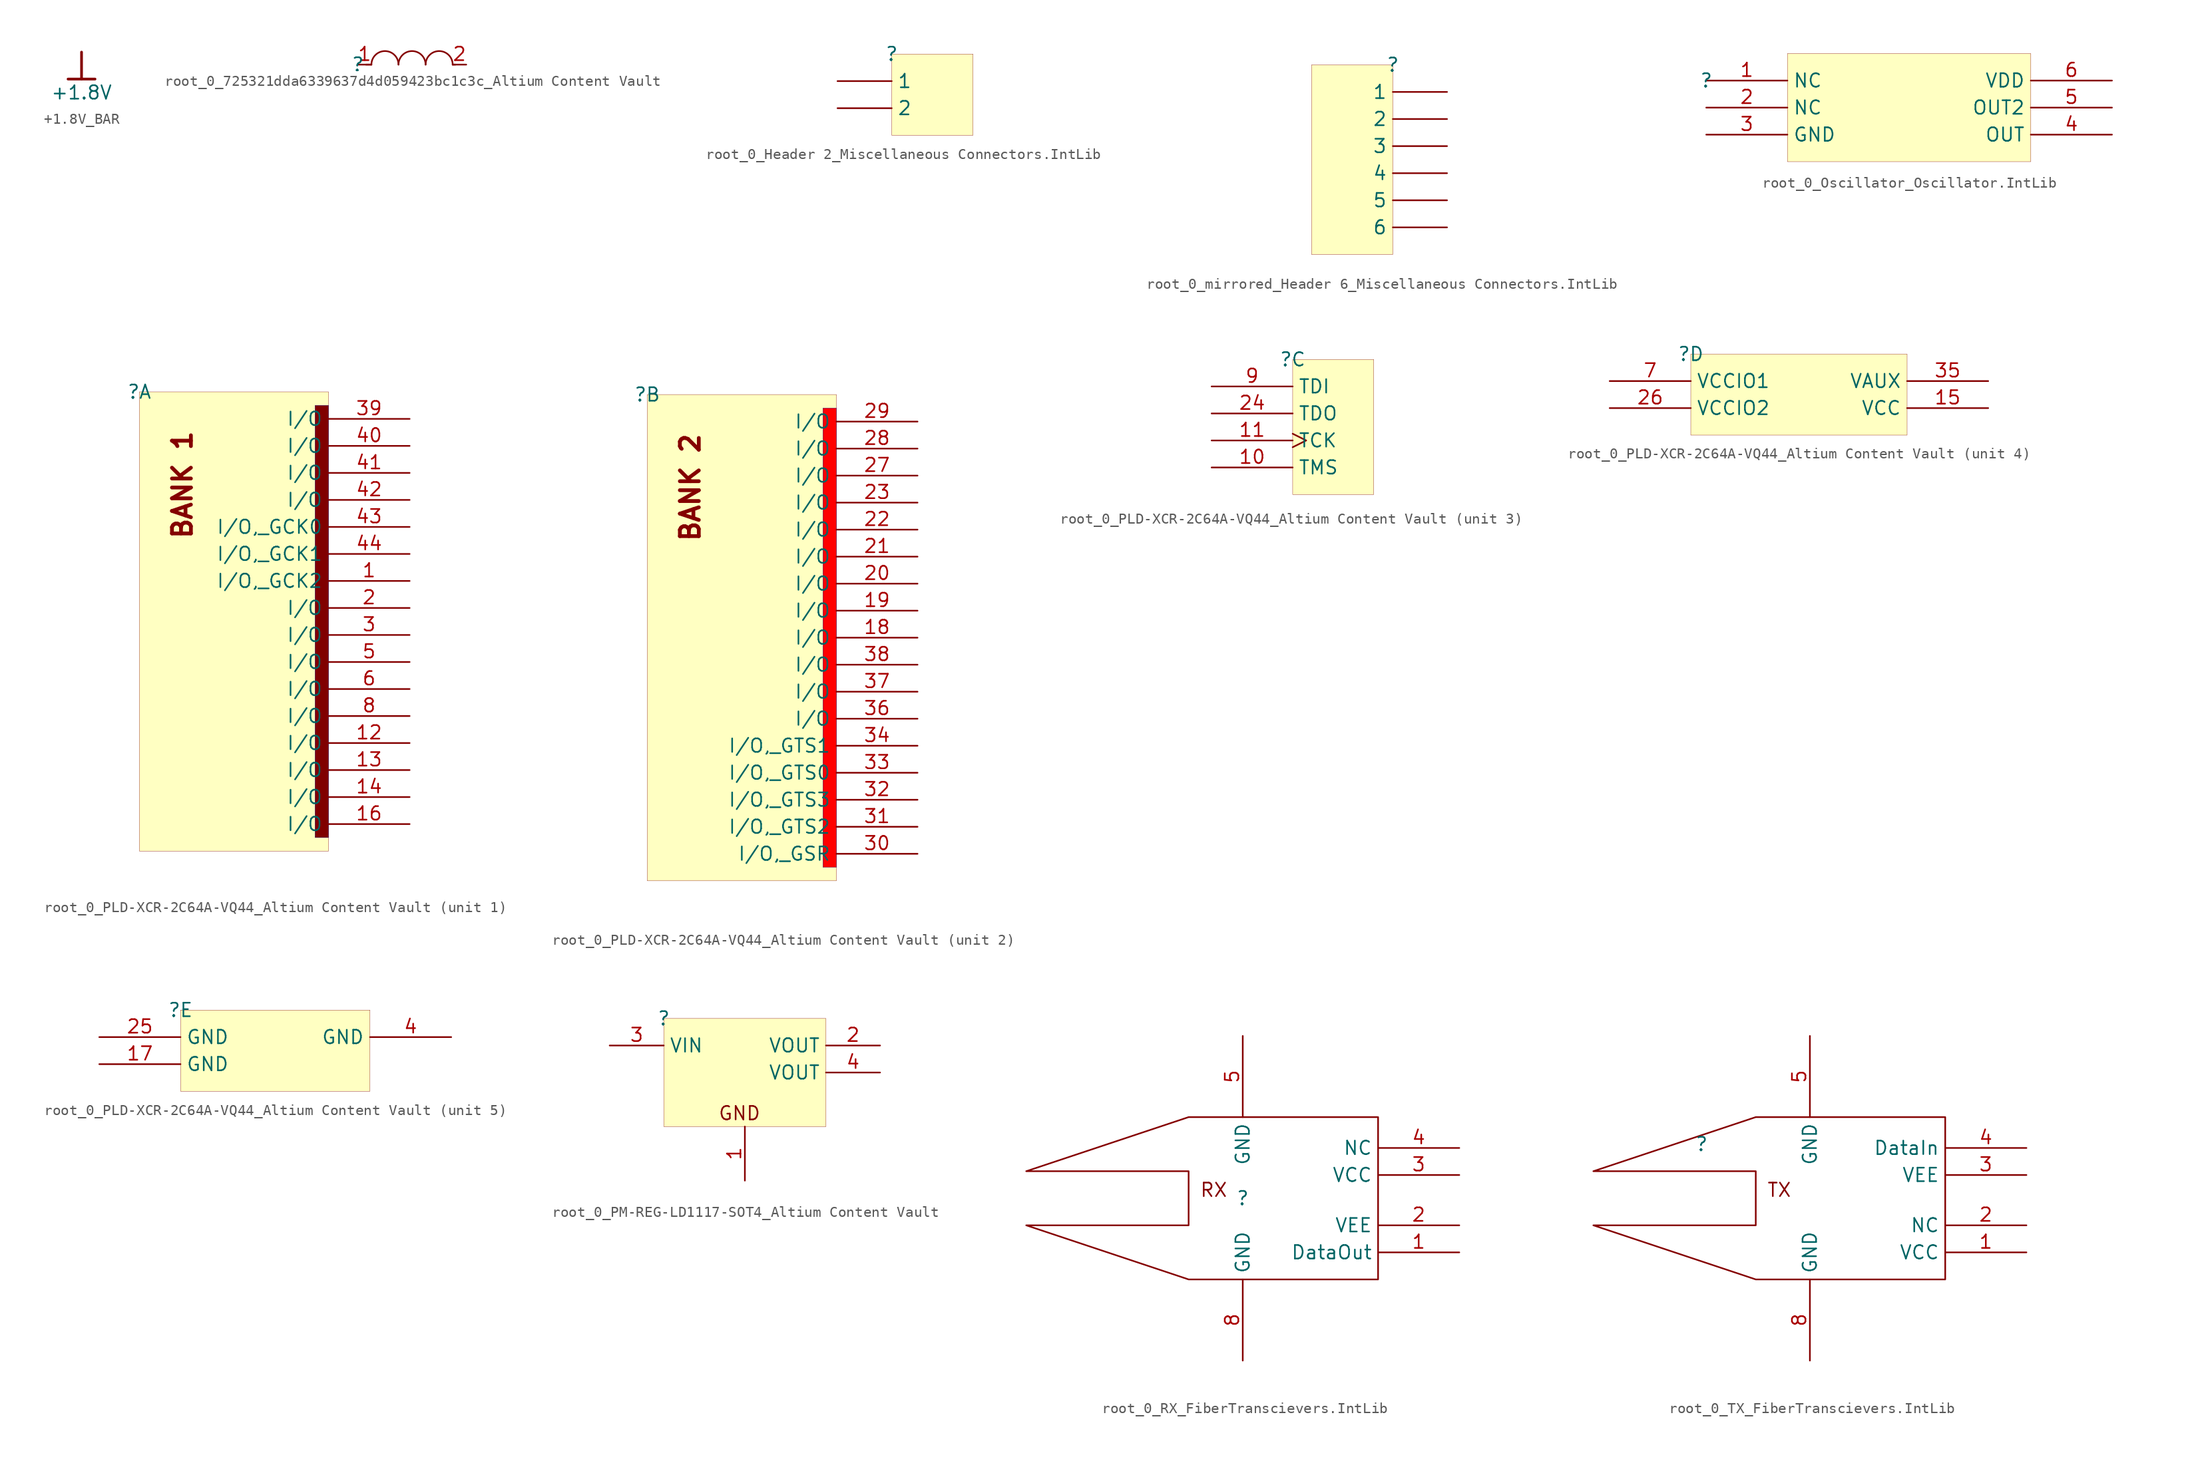
<source format=kicad_sym>
(kicad_symbol_lib
  (version 20241209)
  (generator "kicad_symbol_editor")
  (generator_version "9.0")
  (symbol "+1.8V_BAR"
    (power)
    (property "Reference" "#PWR"
      (at 0 0 0)
      (effects (font (size 1.27 1.27)) (hide yes)))
    (property "Value" "+1.8V"
      (at 0 -3.81 0)
      (effects (font (size 1.27 1.27))))
    (symbol "+1.8V_BAR_0_0"
      (polyline (pts (xy -1.27 -2.54) (xy 1.27 -2.54)) (stroke (width 0.254) (type solid)) (fill (type none)))
      (polyline (pts (xy 0 0) (xy 0 -2.54)) (stroke (width 0.254) (type solid)) (fill (type none)))
      (pin power_in line (at 0 0 0) (length 0) (hide yes) (name "+1.8V" (effects (font (size 1.27 1.27)))) (number "" (effects (font (size 1.27 1.27)))))))
  (symbol "root_0_725321dda6339637d4d059423bc1c3c_Altium Content Vault"
    (pin_names
      (hide yes))
    (property "Reference" ""
      (at 0 0 0)
      (effects (font (size 1.27 1.27))))
    (property "Value" ""
      (at 0 0 0)
      (effects (font (size 1.27 1.27))))
    (symbol "root_0_725321dda6339637d4d059423bc1c3c_Altium Content Vault_1_0"
      (polyline (pts (xy 1.27 0) (xy 0.762 0)) (stroke (width 0) (type solid)) (fill (type none)))
      (arc (start 1.27 0) (mid 2.54 1.27) (end 3.81 0) (stroke (width 0) (type solid)) (fill (type none)))
      (arc (start 3.81 0) (mid 5.08 1.27) (end 6.35 0) (stroke (width 0) (type solid)) (fill (type none)))
      (arc (start 6.35 0) (mid 7.62 1.27) (end 8.89 0) (stroke (width 0) (type solid)) (fill (type none)))
      (polyline (pts (xy 8.89 0) (xy 9.144 0)) (stroke (width 0) (type solid)) (fill (type none)))
      (pin passive line (at 0 0 0) (length 1.27) (name "1" (effects (font (size 1.27 1.27)))) (number "1" (effects (font (size 1.27 1.27)))))
      (pin passive line (at 10.16 0 180) (length 1.27) (name "2" (effects (font (size 1.27 1.27)))) (number "2" (effects (font (size 1.27 1.27)))))))
  (symbol "root_0_Header 2_Miscellaneous Connectors.IntLib"
    (pin_numbers
      (hide yes))
    (property "Reference" ""
      (at 0 0 0)
      (effects (font (size 1.27 1.27))))
    (property "Value" ""
      (at 0 0 0)
      (effects (font (size 1.27 1.27))))
    (symbol "root_0_Header 2_Miscellaneous Connectors.IntLib_1_0"
      (rectangle (start 7.62 0) (end 0 -7.62) (stroke (width 0.025) (type solid) (color 128 0 0 1)) (fill (type background)))
      (pin passive line (at -5.08 -2.54 0) (length 5.08) (name "1" (effects (font (size 1.27 1.27)))) (number "1" (effects (font (size 1.27 1.27)))))
      (pin passive line (at -5.08 -5.08 0) (length 5.08) (name "2" (effects (font (size 1.27 1.27)))) (number "2" (effects (font (size 1.27 1.27)))))))
  (symbol "root_0_mirrored_Header 6_Miscellaneous Connectors.IntLib"
    (pin_numbers
      (hide yes))
    (property "Reference" ""
      (at 0 0 0)
      (effects (font (size 1.27 1.27))))
    (property "Value" ""
      (at 0 0 0)
      (effects (font (size 1.27 1.27))))
    (symbol "root_0_mirrored_Header 6_Miscellaneous Connectors.IntLib_1_0"
      (rectangle (start 0 0) (end -7.62 -17.78) (stroke (width 0.025) (type solid) (color 128 0 0 1)) (fill (type background)))
      (pin passive line (at 5.08 -2.54 180) (length 5.08) (name "1" (effects (font (size 1.27 1.27)))) (number "1" (effects (font (size 1.27 1.27)))))
      (pin passive line (at 5.08 -5.08 180) (length 5.08) (name "2" (effects (font (size 1.27 1.27)))) (number "2" (effects (font (size 1.27 1.27)))))
      (pin passive line (at 5.08 -7.62 180) (length 5.08) (name "3" (effects (font (size 1.27 1.27)))) (number "3" (effects (font (size 1.27 1.27)))))
      (pin passive line (at 5.08 -10.16 180) (length 5.08) (name "4" (effects (font (size 1.27 1.27)))) (number "4" (effects (font (size 1.27 1.27)))))
      (pin passive line (at 5.08 -12.7 180) (length 5.08) (name "5" (effects (font (size 1.27 1.27)))) (number "5" (effects (font (size 1.27 1.27)))))
      (pin passive line (at 5.08 -15.24 180) (length 5.08) (name "6" (effects (font (size 1.27 1.27)))) (number "6" (effects (font (size 1.27 1.27)))))))
  (symbol "root_0_Oscillator_Oscillator.IntLib"
    (property "Reference" ""
      (at 0 0 0)
      (effects (font (size 1.27 1.27))))
    (property "Value" ""
      (at 0 0 0)
      (effects (font (size 1.27 1.27))))
    (symbol "root_0_Oscillator_Oscillator.IntLib_1_0"
      (rectangle (start 30.48 2.54) (end 7.62 -7.62) (stroke (width 0.025) (type solid) (color 128 0 0 1)) (fill (type background)))
      (pin passive line (at 0 0 0) (length 7.62) (name "NC" (effects (font (size 1.27 1.27)))) (number "1" (effects (font (size 1.27 1.27)))))
      (pin passive line (at 0 -2.54 0) (length 7.62) (name "NC" (effects (font (size 1.27 1.27)))) (number "2" (effects (font (size 1.27 1.27)))))
      (pin input line (at 0 -5.08 0) (length 7.62) (name "GND" (effects (font (size 1.27 1.27)))) (number "3" (effects (font (size 1.27 1.27)))))
      (pin input line (at 38.1 0 180) (length 7.62) (name "VDD" (effects (font (size 1.27 1.27)))) (number "6" (effects (font (size 1.27 1.27)))))
      (pin output line (at 38.1 -2.54 180) (length 7.62) (name "OUT2" (effects (font (size 1.27 1.27)))) (number "5" (effects (font (size 1.27 1.27)))))
      (pin output line (at 38.1 -5.08 180) (length 7.62) (name "OUT" (effects (font (size 1.27 1.27)))) (number "4" (effects (font (size 1.27 1.27)))))))
  (symbol "root_0_PLD-XCR-2C64A-VQ44_Altium Content Vault"
    (property "Reference" ""
      (at 0 0 0)
      (effects (font (size 1.27 1.27))))
    (property "Value" ""
      (at 0 0 0)
      (effects (font (size 1.27 1.27))))
    (symbol "root_0_PLD-XCR-2C64A-VQ44_Altium Content Vault_1_0"
      (rectangle (start 17.78 0) (end 0 -43.18) (stroke (width 0.025) (type solid) (color 128 0 0 1)) (fill (type background)))
      (rectangle (start 17.78 -1.27) (end 16.51 -41.91) (stroke (width 0.025) (type solid) (color 0 0 128 1)) (fill (type color) (color 128 0 0 1)))
      (text "BANK 1" (at 5.08 -13.97 900) (effects (font (size 1.778 1.778) (thickness 0.356) (bold yes)) (justify left bottom)))
      (pin bidirectional line (at 25.4 -2.54 180) (length 7.62) (name "I/O" (effects (font (size 1.27 1.27)))) (number "39" (effects (font (size 1.27 1.27)))))
      (pin bidirectional line (at 25.4 -5.08 180) (length 7.62) (name "I/O" (effects (font (size 1.27 1.27)))) (number "40" (effects (font (size 1.27 1.27)))))
      (pin bidirectional line (at 25.4 -7.62 180) (length 7.62) (name "I/O" (effects (font (size 1.27 1.27)))) (number "41" (effects (font (size 1.27 1.27)))))
      (pin bidirectional line (at 25.4 -10.16 180) (length 7.62) (name "I/O" (effects (font (size 1.27 1.27)))) (number "42" (effects (font (size 1.27 1.27)))))
      (pin bidirectional line (at 25.4 -12.7 180) (length 7.62) (name "I/O,_GCK0" (effects (font (size 1.27 1.27)))) (number "43" (effects (font (size 1.27 1.27)))))
      (pin bidirectional line (at 25.4 -15.24 180) (length 7.62) (name "I/O,_GCK1" (effects (font (size 1.27 1.27)))) (number "44" (effects (font (size 1.27 1.27)))))
      (pin bidirectional line (at 25.4 -17.78 180) (length 7.62) (name "I/O,_GCK2" (effects (font (size 1.27 1.27)))) (number "1" (effects (font (size 1.27 1.27)))))
      (pin bidirectional line (at 25.4 -20.32 180) (length 7.62) (name "I/O" (effects (font (size 1.27 1.27)))) (number "2" (effects (font (size 1.27 1.27)))))
      (pin bidirectional line (at 25.4 -22.86 180) (length 7.62) (name "I/O" (effects (font (size 1.27 1.27)))) (number "3" (effects (font (size 1.27 1.27)))))
      (pin bidirectional line (at 25.4 -25.4 180) (length 7.62) (name "I/O" (effects (font (size 1.27 1.27)))) (number "5" (effects (font (size 1.27 1.27)))))
      (pin bidirectional line (at 25.4 -27.94 180) (length 7.62) (name "I/O" (effects (font (size 1.27 1.27)))) (number "6" (effects (font (size 1.27 1.27)))))
      (pin bidirectional line (at 25.4 -30.48 180) (length 7.62) (name "I/O" (effects (font (size 1.27 1.27)))) (number "8" (effects (font (size 1.27 1.27)))))
      (pin bidirectional line (at 25.4 -33.02 180) (length 7.62) (name "I/O" (effects (font (size 1.27 1.27)))) (number "12" (effects (font (size 1.27 1.27)))))
      (pin bidirectional line (at 25.4 -35.56 180) (length 7.62) (name "I/O" (effects (font (size 1.27 1.27)))) (number "13" (effects (font (size 1.27 1.27)))))
      (pin bidirectional line (at 25.4 -38.1 180) (length 7.62) (name "I/O" (effects (font (size 1.27 1.27)))) (number "14" (effects (font (size 1.27 1.27)))))
      (pin bidirectional line (at 25.4 -40.64 180) (length 7.62) (name "I/O" (effects (font (size 1.27 1.27)))) (number "16" (effects (font (size 1.27 1.27))))))
    (symbol "root_0_PLD-XCR-2C64A-VQ44_Altium Content Vault_2_0"
      (rectangle (start 17.78 0) (end 0 -45.72) (stroke (width 0.025) (type solid) (color 128 0 0 1)) (fill (type background)))
      (rectangle (start 17.78 -1.27) (end 16.51 -44.45) (stroke (width 0.025) (type solid) (color 0 0 128 1)) (fill (type color) (color 255 0 0 1)))
      (text "BANK 2" (at 5.08 -13.97 900) (effects (font (size 1.778 1.778) (thickness 0.356) (bold yes)) (justify left bottom)))
      (pin bidirectional line (at 25.4 -2.54 180) (length 7.62) (name "I/O" (effects (font (size 1.27 1.27)))) (number "29" (effects (font (size 1.27 1.27)))))
      (pin bidirectional line (at 25.4 -5.08 180) (length 7.62) (name "I/O" (effects (font (size 1.27 1.27)))) (number "28" (effects (font (size 1.27 1.27)))))
      (pin bidirectional line (at 25.4 -7.62 180) (length 7.62) (name "I/O" (effects (font (size 1.27 1.27)))) (number "27" (effects (font (size 1.27 1.27)))))
      (pin bidirectional line (at 25.4 -10.16 180) (length 7.62) (name "I/O" (effects (font (size 1.27 1.27)))) (number "23" (effects (font (size 1.27 1.27)))))
      (pin bidirectional line (at 25.4 -12.7 180) (length 7.62) (name "I/O" (effects (font (size 1.27 1.27)))) (number "22" (effects (font (size 1.27 1.27)))))
      (pin bidirectional line (at 25.4 -15.24 180) (length 7.62) (name "I/O" (effects (font (size 1.27 1.27)))) (number "21" (effects (font (size 1.27 1.27)))))
      (pin bidirectional line (at 25.4 -17.78 180) (length 7.62) (name "I/O" (effects (font (size 1.27 1.27)))) (number "20" (effects (font (size 1.27 1.27)))))
      (pin bidirectional line (at 25.4 -20.32 180) (length 7.62) (name "I/O" (effects (font (size 1.27 1.27)))) (number "19" (effects (font (size 1.27 1.27)))))
      (pin bidirectional line (at 25.4 -22.86 180) (length 7.62) (name "I/O" (effects (font (size 1.27 1.27)))) (number "18" (effects (font (size 1.27 1.27)))))
      (pin bidirectional line (at 25.4 -25.4 180) (length 7.62) (name "I/O" (effects (font (size 1.27 1.27)))) (number "38" (effects (font (size 1.27 1.27)))))
      (pin bidirectional line (at 25.4 -27.94 180) (length 7.62) (name "I/O" (effects (font (size 1.27 1.27)))) (number "37" (effects (font (size 1.27 1.27)))))
      (pin bidirectional line (at 25.4 -30.48 180) (length 7.62) (name "I/O" (effects (font (size 1.27 1.27)))) (number "36" (effects (font (size 1.27 1.27)))))
      (pin bidirectional line (at 25.4 -33.02 180) (length 7.62) (name "I/O,_GTS1" (effects (font (size 1.27 1.27)))) (number "34" (effects (font (size 1.27 1.27)))))
      (pin bidirectional line (at 25.4 -35.56 180) (length 7.62) (name "I/O,_GTS0" (effects (font (size 1.27 1.27)))) (number "33" (effects (font (size 1.27 1.27)))))
      (pin bidirectional line (at 25.4 -38.1 180) (length 7.62) (name "I/O,_GTS3" (effects (font (size 1.27 1.27)))) (number "32" (effects (font (size 1.27 1.27)))))
      (pin bidirectional line (at 25.4 -40.64 180) (length 7.62) (name "I/O,_GTS2" (effects (font (size 1.27 1.27)))) (number "31" (effects (font (size 1.27 1.27)))))
      (pin bidirectional line (at 25.4 -43.18 180) (length 7.62) (name "I/O,_GSR" (effects (font (size 1.27 1.27)))) (number "30" (effects (font (size 1.27 1.27))))))
    (symbol "root_0_PLD-XCR-2C64A-VQ44_Altium Content Vault_3_0"
      (rectangle (start 7.62 0) (end 0 -12.7) (stroke (width 0.025) (type solid) (color 128 0 0 1)) (fill (type background)))
      (pin input line (at -7.62 -2.54 0) (length 7.62) (name "TDI" (effects (font (size 1.27 1.27)))) (number "9" (effects (font (size 1.27 1.27)))))
      (pin output line (at -7.62 -5.08 0) (length 7.62) (name "TDO" (effects (font (size 1.27 1.27)))) (number "24" (effects (font (size 1.27 1.27)))))
      (pin input clock (at -7.62 -7.62 0) (length 7.62) (name "TCK" (effects (font (size 1.27 1.27)))) (number "11" (effects (font (size 1.27 1.27)))))
      (pin input line (at -7.62 -10.16 0) (length 7.62) (name "TMS" (effects (font (size 1.27 1.27)))) (number "10" (effects (font (size 1.27 1.27))))))
    (symbol "root_0_PLD-XCR-2C64A-VQ44_Altium Content Vault_4_0"
      (rectangle (start 20.32 0) (end 0 -7.62) (stroke (width 0.025) (type solid) (color 128 0 0 1)) (fill (type background)))
      (pin power_in line (at -7.62 -2.54 0) (length 7.62) (name "VCCIO1" (effects (font (size 1.27 1.27)))) (number "7" (effects (font (size 1.27 1.27)))))
      (pin power_in line (at -7.62 -5.08 0) (length 7.62) (name "VCCIO2" (effects (font (size 1.27 1.27)))) (number "26" (effects (font (size 1.27 1.27)))))
      (pin power_in line (at 27.94 -2.54 180) (length 7.62) (name "VAUX" (effects (font (size 1.27 1.27)))) (number "35" (effects (font (size 1.27 1.27)))))
      (pin power_in line (at 27.94 -5.08 180) (length 7.62) (name "VCC" (effects (font (size 1.27 1.27)))) (number "15" (effects (font (size 1.27 1.27))))))
    (symbol "root_0_PLD-XCR-2C64A-VQ44_Altium Content Vault_5_0"
      (rectangle (start 17.78 0) (end 0 -7.62) (stroke (width 0.025) (type solid) (color 128 0 0 1)) (fill (type background)))
      (pin power_in line (at -7.62 -2.54 0) (length 7.62) (name "GND" (effects (font (size 1.27 1.27)))) (number "25" (effects (font (size 1.27 1.27)))))
      (pin power_in line (at -7.62 -5.08 0) (length 7.62) (name "GND" (effects (font (size 1.27 1.27)))) (number "17" (effects (font (size 1.27 1.27)))))
      (pin power_in line (at 25.4 -2.54 180) (length 7.62) (name "GND" (effects (font (size 1.27 1.27)))) (number "4" (effects (font (size 1.27 1.27)))))))
  (symbol "root_0_PM-REG-LD1117-SOT4_Altium Content Vault"
    (property "Reference" ""
      (at 0 0 0)
      (effects (font (size 1.27 1.27))))
    (property "Value" ""
      (at 0 0 0)
      (effects (font (size 1.27 1.27))))
    (symbol "root_0_PM-REG-LD1117-SOT4_Altium Content Vault_1_0"
      (rectangle (start 15.24 0) (end 0 -10.16) (stroke (width 0.025) (type solid) (color 128 0 0 1)) (fill (type background)))
      (text "GND" (at 5.08 -9.652 0) (effects (font (size 1.27 1.27)) (justify left bottom)))
      (pin power_in line (at -5.08 -2.54 0) (length 5.08) (name "VIN" (effects (font (size 1.27 1.27)))) (number "3" (effects (font (size 1.27 1.27)))))
      (pin power_in line (at 7.62 -15.24 90) (length 5.08) (name "GND" (effects (font (size 0 0)))) (number "1" (effects (font (size 1.27 1.27)))))
      (pin power_in line (at 20.32 -2.54 180) (length 5.08) (name "VOUT" (effects (font (size 1.27 1.27)))) (number "2" (effects (font (size 1.27 1.27)))))
      (pin power_in line (at 20.32 -5.08 180) (length 5.08) (name "VOUT" (effects (font (size 1.27 1.27)))) (number "4" (effects (font (size 1.27 1.27)))))))
  (symbol "root_0_RX_FiberTranscievers.IntLib"
    (property "Reference" ""
      (at 0 0 0)
      (effects (font (size 1.27 1.27))))
    (property "Value" ""
      (at 0 0 0)
      (effects (font (size 1.27 1.27))))
    (symbol "root_0_RX_FiberTranscievers.IntLib_1_0"
      (polyline (pts (xy 12.7 7.62) (xy -5.08 7.62) (xy -20.32 2.54) (xy -5.08 2.54) (xy -5.08 -2.54) (xy -20.32 -2.54) (xy -5.08 -7.62) (xy 12.7 -7.62) (xy 12.7 7.62)) (stroke (width 0) (type solid)) (fill (type none)))
      (text_box "RX" (at -2.54 2.54 0) (size -2.54 -7.62) (margins 1.016 1.016 1.016 1.016) (stroke (width -0.0001) (type default)) (fill (type color) (color 255 255 255 1)) (effects (font (size 1.27 1.27)) (justify left top)))
      (pin input line (at 0 15.24 270) (length 7.62) (name "GND" (effects (font (size 1.27 1.27)))) (number "5" (effects (font (size 1.27 1.27)))))
      (pin input line (at 0 -15.24 90) (length 7.62) (name "GND" (effects (font (size 1.27 1.27)))) (number "8" (effects (font (size 1.27 1.27)))))
      (pin passive line (at 20.32 4.724 180) (length 7.62) (name "NC" (effects (font (size 1.27 1.27)))) (number "4" (effects (font (size 1.27 1.27)))))
      (pin input line (at 20.32 2.184 180) (length 7.62) (name "VCC" (effects (font (size 1.27 1.27)))) (number "3" (effects (font (size 1.27 1.27)))))
      (pin input line (at 20.32 -2.54 180) (length 7.62) (name "VEE" (effects (font (size 1.27 1.27)))) (number "2" (effects (font (size 1.27 1.27)))))
      (pin input line (at 20.32 -5.08 180) (length 7.62) (name "DataOut" (effects (font (size 1.27 1.27)))) (number "1" (effects (font (size 1.27 1.27)))))))
  (symbol "root_0_TX_FiberTranscievers.IntLib"
    (property "Reference" ""
      (at 0 0 0)
      (effects (font (size 1.27 1.27))))
    (property "Value" ""
      (at 0 0 0)
      (effects (font (size 1.27 1.27))))
    (symbol "root_0_TX_FiberTranscievers.IntLib_1_0"
      (polyline (pts (xy 22.86 2.54) (xy 5.08 2.54) (xy -10.16 -2.54) (xy 5.08 -2.54) (xy 5.08 -7.62) (xy -10.16 -7.62) (xy 5.08 -12.7) (xy 22.86 -12.7) (xy 22.86 2.54)) (stroke (width 0) (type solid)) (fill (type none)))
      (text_box "TX\n" (at 7.62 -2.54 0) (size -2.54 -5.08) (margins 1.016 1.016 1.016 1.016) (stroke (width -0.0001) (type default)) (fill (type color) (color 255 255 255 1)) (effects (font (size 1.27 1.27)) (justify left top)))
      (pin input line (at 10.16 10.16 270) (length 7.62) (name "GND" (effects (font (size 1.27 1.27)))) (number "5" (effects (font (size 1.27 1.27)))))
      (pin input line (at 10.16 -20.32 90) (length 7.62) (name "GND" (effects (font (size 1.27 1.27)))) (number "8" (effects (font (size 1.27 1.27)))))
      (pin input line (at 30.48 -0.356 180) (length 7.62) (name "DataIn" (effects (font (size 1.27 1.27)))) (number "4" (effects (font (size 1.27 1.27)))))
      (pin input line (at 30.48 -2.896 180) (length 7.62) (name "VEE" (effects (font (size 1.27 1.27)))) (number "3" (effects (font (size 1.27 1.27)))))
      (pin passive line (at 30.48 -7.62 180) (length 7.62) (name "NC" (effects (font (size 1.27 1.27)))) (number "2" (effects (font (size 1.27 1.27)))))
      (pin input line (at 30.48 -10.16 180) (length 7.62) (name "VCC" (effects (font (size 1.27 1.27)))) (number "1" (effects (font (size 1.27 1.27))))))))
</source>
